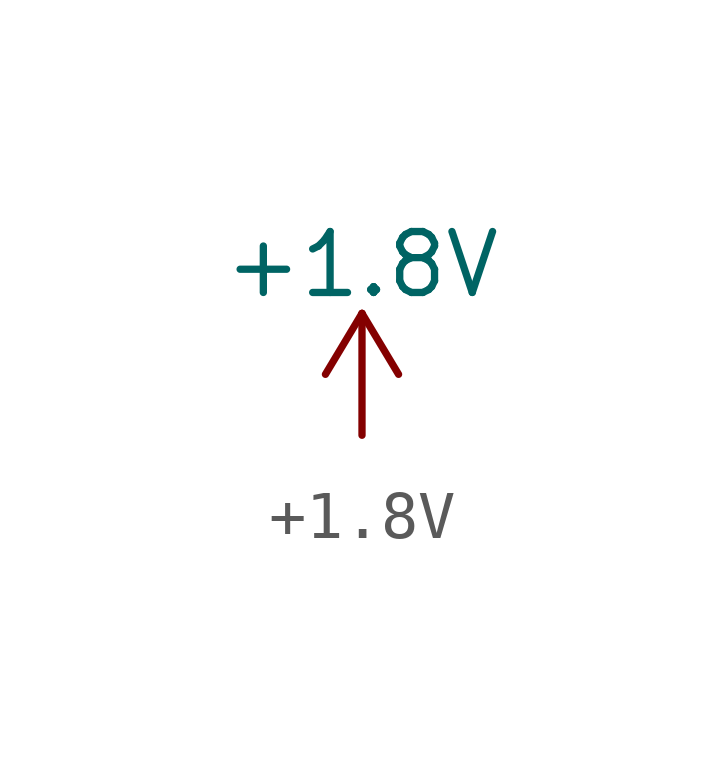
<source format=kicad_sym>
(kicad_symbol_lib
  (version 20231120)
  (generator "kicad_symbol_editor")
  (generator_version "8.0")
  (symbol "+1.8V"
    (power)
    (pin_names
      (offset 0))
    (property "Reference" "#PWR"
      (at 0 -3.81 0)
      (effects (font (size 1.27 1.27)) (hide yes)))
    (property "Value" "+1.8V"
      (at 0 3.556 0)
      (do_not_autoplace)
      (effects (font (size 1.27 1.27))))
    (symbol "+1.8V_0_1"
      (polyline (pts (xy -0.762 1.27) (xy 0 2.54)) (stroke (width 0) (type default)) (fill (type none)))
      (polyline (pts (xy 0 0) (xy 0 2.54)) (stroke (width 0) (type default)) (fill (type none)))
      (polyline (pts (xy 0 2.54) (xy 0.762 1.27)) (stroke (width 0) (type default)) (fill (type none))))
    (symbol "+1.8V_1_1"
      (pin power_in line (at 0 0 90) (length 0) hide (name "+1.8V" (effects (font (size 1.27 1.27)))) (number "1" (effects (font (size 1.27 1.27))))))))
</source>
